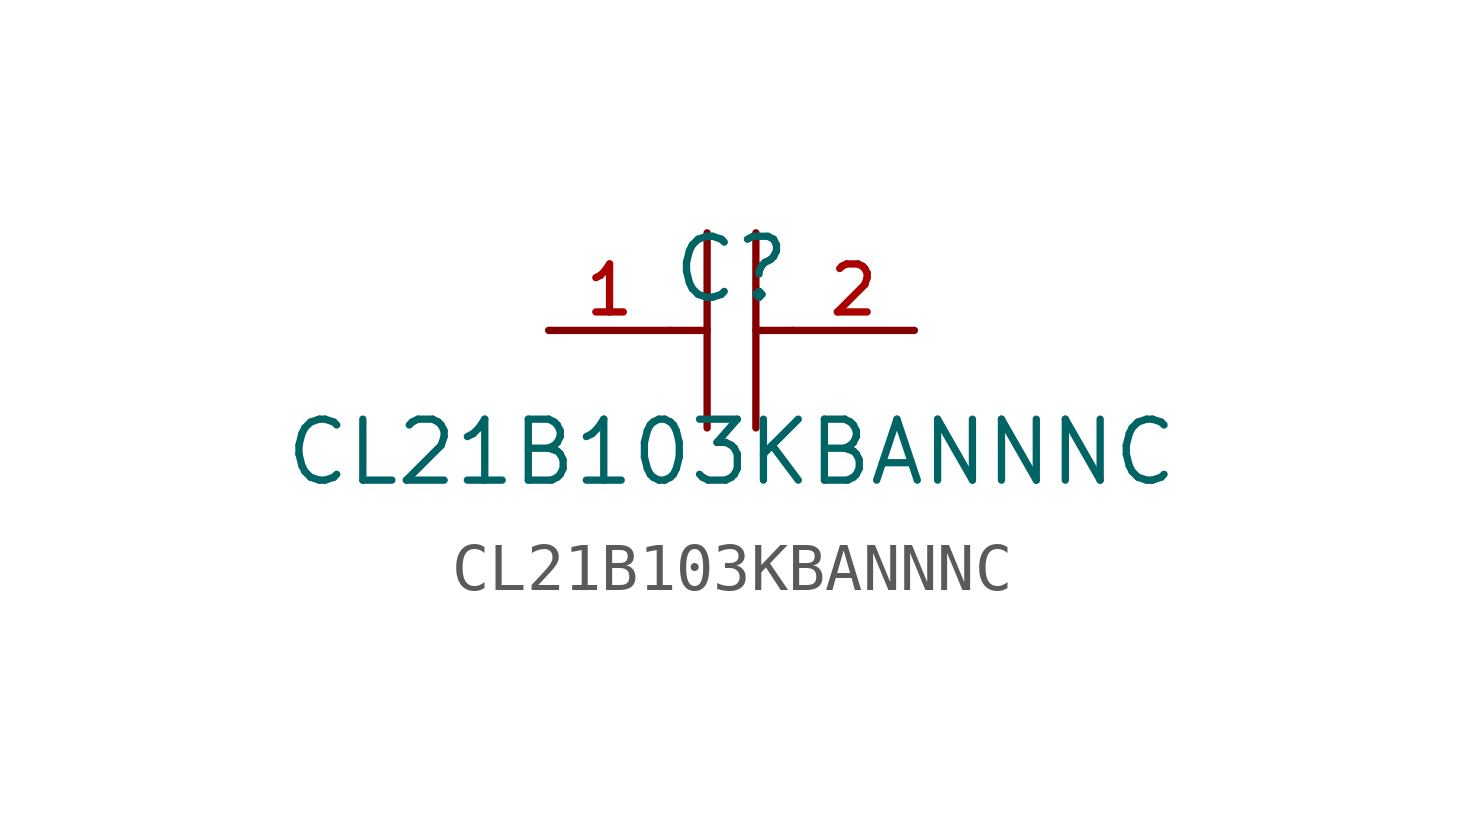
<source format=kicad_sym>
(kicad_symbol_lib
  (version 20210201)
  (generator TousstNicolas/JLC2KiCad_lib)
  (symbol "CL21B103KBANNNC"
    (pin_names hide)
    (property "Reference" "C"
      (at 0 1.27 0)
      (effects (font (size 1.27 1.27))))
    (property "Value" "CL21B103KBANNNC"
      (at 0 -2.54 0)
      (effects (font (size 1.27 1.27))))
    (symbol "CL21B103KBANNNC_0_1"
      (polyline (pts (xy -0.508 2.032) (xy -0.508 -2.032)) (stroke (width 0) (type default) (color 0 0 0 0)) (fill (type none)))
      (polyline (pts (xy 0.508 2.032) (xy 0.508 -2.032)) (stroke (width 0) (type default) (color 0 0 0 0)) (fill (type none)))
      (pin input line (at -3.81 -0.0 0) (length 2.54) (name "1" (effects (font (size 1 1)))) (number "1" (effects (font (size 1 1)))))
      (pin input line (at 3.81 -0.0 180) (length 2.54) (name "2" (effects (font (size 1 1)))) (number "2" (effects (font (size 1 1)))))
      (polyline (pts (xy -1.27 -0.0) (xy -0.508 -0.0)) (stroke (width 0) (type default) (color 0 0 0 0)) (fill (type none)))
      (polyline (pts (xy 0.508 -0.0) (xy 1.27 -0.0)) (stroke (width 0) (type default) (color 0 0 0 0)) (fill (type none))))))
</source>
